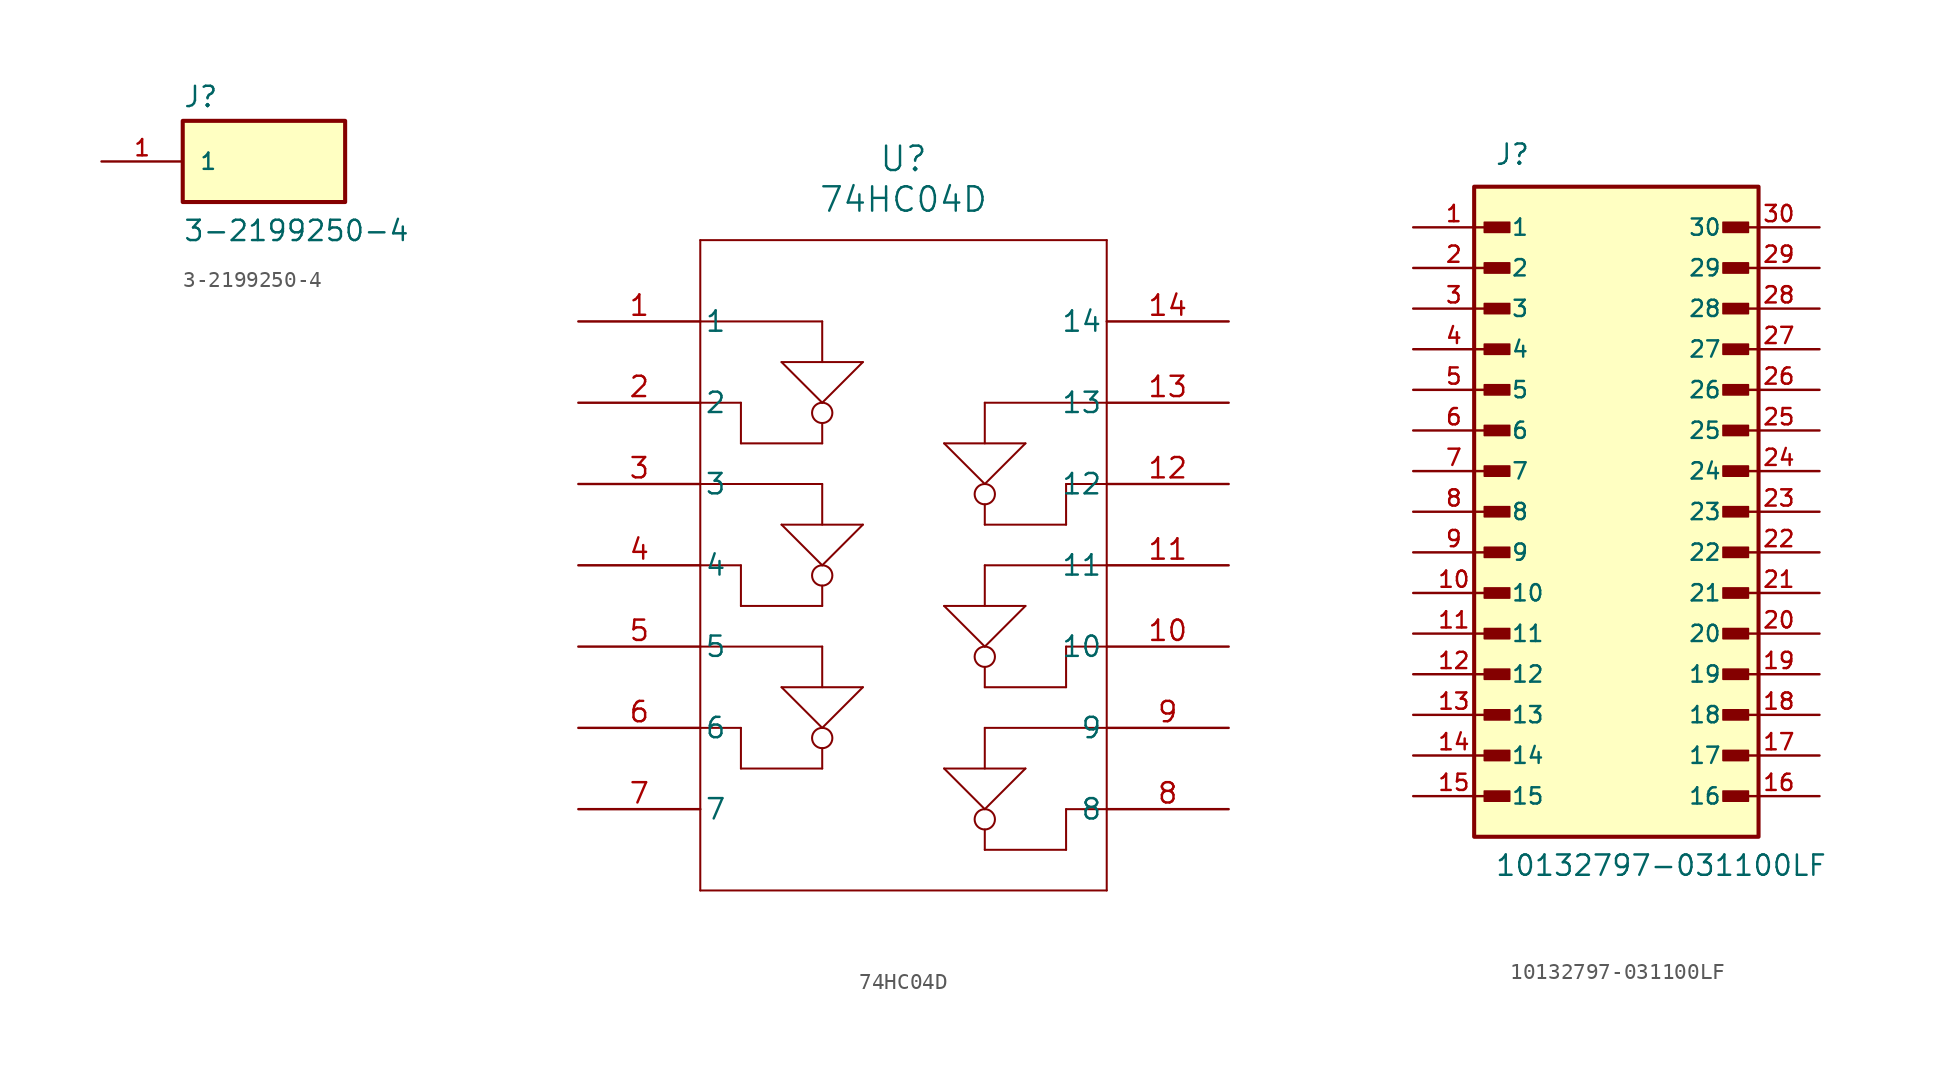
<source format=kicad_sym>
(kicad_symbol_lib
  (version 20241209)
  (generator "kicad_symbol_editor")
  (generator_version "9.0")
  (symbol "3-2199250-4"
    (pin_names
      (offset 1.016))
    (property "Reference" "J"
      (at -5.08 3.302 0)
      (effects (font (size 1.27 1.27)) (justify left bottom)))
    (property "Value" "3-2199250-4"
      (at -5.08 -5.08 0)
      (effects (font (size 1.27 1.27)) (justify left bottom)))
    (symbol "3-2199250-4_0_0"
      (rectangle (start -5.08 -2.54) (end 5.08 2.54) (stroke (width 0.254) (type default)) (fill (type background)))
      (pin passive line (at -10.16 0 0) (length 5.08) (name "1" (effects (font (size 1.016 1.016)))) (number "1" (effects (font (size 1.016 1.016)))))))
  (symbol "74HC04D"
    (pin_names
      (offset 0.254))
    (property "Reference" "U"
      (at 20.32 10.16 0)
      (effects (font (size 1.524 1.524))))
    (property "Value" "74HC04D"
      (at 20.32 7.62 0)
      (effects (font (size 1.524 1.524))))
    (property "ki_locked" ""
      (at 0 0 0)
      (effects (font (size 1.27 1.27))))
    (symbol "74HC04D_0_1"
      (polyline (pts (xy 7.62 5.08) (xy 7.62 -35.56)) (stroke (width 0.127) (type default)) (fill (type none)))
      (polyline (pts (xy 7.62 0) (xy 15.24 0)) (stroke (width 0.127) (type default)) (fill (type none)))
      (polyline (pts (xy 7.62 -5.08) (xy 10.16 -5.08)) (stroke (width 0.127) (type default)) (fill (type none)))
      (polyline (pts (xy 7.62 -10.16) (xy 15.24 -10.16)) (stroke (width 0.127) (type default)) (fill (type none)))
      (polyline (pts (xy 7.62 -15.24) (xy 10.16 -15.24)) (stroke (width 0.127) (type default)) (fill (type none)))
      (polyline (pts (xy 7.62 -20.32) (xy 15.24 -20.32)) (stroke (width 0.127) (type default)) (fill (type none)))
      (polyline (pts (xy 7.62 -25.4) (xy 10.16 -25.4)) (stroke (width 0.127) (type default)) (fill (type none)))
      (polyline (pts (xy 7.62 -35.56) (xy 33.02 -35.56)) (stroke (width 0.127) (type default)) (fill (type none)))
      (polyline (pts (xy 10.16 -7.62) (xy 10.16 -5.08)) (stroke (width 0.127) (type default)) (fill (type none)))
      (polyline (pts (xy 10.16 -7.62) (xy 15.24 -7.62)) (stroke (width 0.127) (type default)) (fill (type none)))
      (polyline (pts (xy 10.16 -17.78) (xy 10.16 -15.24)) (stroke (width 0.127) (type default)) (fill (type none)))
      (polyline (pts (xy 10.16 -17.78) (xy 15.24 -17.78)) (stroke (width 0.127) (type default)) (fill (type none)))
      (polyline (pts (xy 10.16 -27.94) (xy 10.16 -25.4)) (stroke (width 0.127) (type default)) (fill (type none)))
      (polyline (pts (xy 10.16 -27.94) (xy 15.24 -27.94)) (stroke (width 0.127) (type default)) (fill (type none)))
      (polyline (pts (xy 12.7 -2.54) (xy 15.24 -5.08)) (stroke (width 0.127) (type default)) (fill (type none)))
      (polyline (pts (xy 12.7 -2.54) (xy 17.78 -2.54)) (stroke (width 0.127) (type default)) (fill (type none)))
      (polyline (pts (xy 12.7 -12.7) (xy 15.24 -15.24)) (stroke (width 0.127) (type default)) (fill (type none)))
      (polyline (pts (xy 12.7 -12.7) (xy 17.78 -12.7)) (stroke (width 0.127) (type default)) (fill (type none)))
      (polyline (pts (xy 12.7 -22.86) (xy 15.24 -25.4)) (stroke (width 0.127) (type default)) (fill (type none)))
      (polyline (pts (xy 12.7 -22.86) (xy 17.78 -22.86)) (stroke (width 0.127) (type default)) (fill (type none)))
      (polyline (pts (xy 15.24 0) (xy 15.24 -2.54)) (stroke (width 0.127) (type default)) (fill (type none)))
      (polyline (pts (xy 15.24 -5.08) (xy 17.78 -2.54)) (stroke (width 0.127) (type default)) (fill (type none)))
      (circle (center 15.24 -5.715) (radius 0.635) (stroke (width 0.127) (type default)) (fill (type none)))
      (polyline (pts (xy 15.24 -7.62) (xy 15.24 -6.35)) (stroke (width 0.127) (type default)) (fill (type none)))
      (polyline (pts (xy 15.24 -10.16) (xy 15.24 -12.7)) (stroke (width 0.127) (type default)) (fill (type none)))
      (polyline (pts (xy 15.24 -15.24) (xy 17.78 -12.7)) (stroke (width 0.127) (type default)) (fill (type none)))
      (circle (center 15.24 -15.875) (radius 0.635) (stroke (width 0.127) (type default)) (fill (type none)))
      (polyline (pts (xy 15.24 -17.78) (xy 15.24 -16.51)) (stroke (width 0.127) (type default)) (fill (type none)))
      (polyline (pts (xy 15.24 -20.32) (xy 15.24 -22.86)) (stroke (width 0.127) (type default)) (fill (type none)))
      (polyline (pts (xy 15.24 -25.4) (xy 17.78 -22.86)) (stroke (width 0.127) (type default)) (fill (type none)))
      (circle (center 15.24 -26.035) (radius 0.635) (stroke (width 0.127) (type default)) (fill (type none)))
      (polyline (pts (xy 15.24 -27.94) (xy 15.24 -26.67)) (stroke (width 0.127) (type default)) (fill (type none)))
      (polyline (pts (xy 25.4 -5.08) (xy 25.4 -7.62)) (stroke (width 0.127) (type default)) (fill (type none)))
      (polyline (pts (xy 25.4 -10.16) (xy 22.86 -7.62)) (stroke (width 0.127) (type default)) (fill (type none)))
      (circle (center 25.4 -10.795) (radius 0.635) (stroke (width 0.127) (type default)) (fill (type none)))
      (polyline (pts (xy 25.4 -12.7) (xy 25.4 -11.43)) (stroke (width 0.127) (type default)) (fill (type none)))
      (polyline (pts (xy 25.4 -15.24) (xy 25.4 -17.78)) (stroke (width 0.127) (type default)) (fill (type none)))
      (polyline (pts (xy 25.4 -20.32) (xy 22.86 -17.78)) (stroke (width 0.127) (type default)) (fill (type none)))
      (circle (center 25.4 -20.955) (radius 0.635) (stroke (width 0.127) (type default)) (fill (type none)))
      (polyline (pts (xy 25.4 -22.86) (xy 25.4 -21.59)) (stroke (width 0.127) (type default)) (fill (type none)))
      (polyline (pts (xy 25.4 -25.4) (xy 25.4 -27.94)) (stroke (width 0.127) (type default)) (fill (type none)))
      (polyline (pts (xy 25.4 -30.48) (xy 22.86 -27.94)) (stroke (width 0.127) (type default)) (fill (type none)))
      (circle (center 25.4 -31.115) (radius 0.635) (stroke (width 0.127) (type default)) (fill (type none)))
      (polyline (pts (xy 25.4 -33.02) (xy 25.4 -31.75)) (stroke (width 0.127) (type default)) (fill (type none)))
      (polyline (pts (xy 27.94 -7.62) (xy 22.86 -7.62)) (stroke (width 0.127) (type default)) (fill (type none)))
      (polyline (pts (xy 27.94 -7.62) (xy 25.4 -10.16)) (stroke (width 0.127) (type default)) (fill (type none)))
      (polyline (pts (xy 27.94 -17.78) (xy 22.86 -17.78)) (stroke (width 0.127) (type default)) (fill (type none)))
      (polyline (pts (xy 27.94 -17.78) (xy 25.4 -20.32)) (stroke (width 0.127) (type default)) (fill (type none)))
      (polyline (pts (xy 27.94 -27.94) (xy 22.86 -27.94)) (stroke (width 0.127) (type default)) (fill (type none)))
      (polyline (pts (xy 27.94 -27.94) (xy 25.4 -30.48)) (stroke (width 0.127) (type default)) (fill (type none)))
      (polyline (pts (xy 30.48 -12.7) (xy 25.4 -12.7)) (stroke (width 0.127) (type default)) (fill (type none)))
      (polyline (pts (xy 30.48 -12.7) (xy 30.48 -10.16)) (stroke (width 0.127) (type default)) (fill (type none)))
      (polyline (pts (xy 30.48 -22.86) (xy 25.4 -22.86)) (stroke (width 0.127) (type default)) (fill (type none)))
      (polyline (pts (xy 30.48 -22.86) (xy 30.48 -20.32)) (stroke (width 0.127) (type default)) (fill (type none)))
      (polyline (pts (xy 30.48 -33.02) (xy 25.4 -33.02)) (stroke (width 0.127) (type default)) (fill (type none)))
      (polyline (pts (xy 30.48 -33.02) (xy 30.48 -30.48)) (stroke (width 0.127) (type default)) (fill (type none)))
      (polyline (pts (xy 33.02 5.08) (xy 7.62 5.08)) (stroke (width 0.127) (type default)) (fill (type none)))
      (polyline (pts (xy 33.02 -5.08) (xy 25.4 -5.08)) (stroke (width 0.127) (type default)) (fill (type none)))
      (polyline (pts (xy 33.02 -10.16) (xy 30.48 -10.16)) (stroke (width 0.127) (type default)) (fill (type none)))
      (polyline (pts (xy 33.02 -15.24) (xy 25.4 -15.24)) (stroke (width 0.127) (type default)) (fill (type none)))
      (polyline (pts (xy 33.02 -20.32) (xy 30.48 -20.32)) (stroke (width 0.127) (type default)) (fill (type none)))
      (polyline (pts (xy 33.02 -25.4) (xy 25.4 -25.4)) (stroke (width 0.127) (type default)) (fill (type none)))
      (polyline (pts (xy 33.02 -30.48) (xy 30.48 -30.48)) (stroke (width 0.127) (type default)) (fill (type none)))
      (polyline (pts (xy 33.02 -35.56) (xy 33.02 5.08)) (stroke (width 0.127) (type default)) (fill (type none)))
      (pin input line (at 0 0 0) (length 7.62) (name "1" (effects (font (size 1.27 1.27)))) (number "1" (effects (font (size 1.27 1.27)))))
      (pin output line (at 0 -5.08 0) (length 7.62) (name "2" (effects (font (size 1.27 1.27)))) (number "2" (effects (font (size 1.27 1.27)))))
      (pin input line (at 0 -10.16 0) (length 7.62) (name "3" (effects (font (size 1.27 1.27)))) (number "3" (effects (font (size 1.27 1.27)))))
      (pin output line (at 0 -15.24 0) (length 7.62) (name "4" (effects (font (size 1.27 1.27)))) (number "4" (effects (font (size 1.27 1.27)))))
      (pin input line (at 0 -20.32 0) (length 7.62) (name "5" (effects (font (size 1.27 1.27)))) (number "5" (effects (font (size 1.27 1.27)))))
      (pin output line (at 0 -25.4 0) (length 7.62) (name "6" (effects (font (size 1.27 1.27)))) (number "6" (effects (font (size 1.27 1.27)))))
      (pin power_out line (at 0 -30.48 0) (length 7.62) (name "7" (effects (font (size 1.27 1.27)))) (number "7" (effects (font (size 1.27 1.27)))))
      (pin power_in line (at 40.64 0 180) (length 7.62) (name "14" (effects (font (size 1.27 1.27)))) (number "14" (effects (font (size 1.27 1.27)))))
      (pin input line (at 40.64 -5.08 180) (length 7.62) (name "13" (effects (font (size 1.27 1.27)))) (number "13" (effects (font (size 1.27 1.27)))))
      (pin output line (at 40.64 -10.16 180) (length 7.62) (name "12" (effects (font (size 1.27 1.27)))) (number "12" (effects (font (size 1.27 1.27)))))
      (pin input line (at 40.64 -15.24 180) (length 7.62) (name "11" (effects (font (size 1.27 1.27)))) (number "11" (effects (font (size 1.27 1.27)))))
      (pin output line (at 40.64 -20.32 180) (length 7.62) (name "10" (effects (font (size 1.27 1.27)))) (number "10" (effects (font (size 1.27 1.27)))))
      (pin input line (at 40.64 -25.4 180) (length 7.62) (name "9" (effects (font (size 1.27 1.27)))) (number "9" (effects (font (size 1.27 1.27)))))
      (pin output line (at 40.64 -30.48 180) (length 7.62) (name "8" (effects (font (size 1.27 1.27)))) (number "8" (effects (font (size 1.27 1.27)))))))
  (symbol "10132797-031100LF"
    (pin_names
      (offset 1.016))
    (property "Reference" "J"
      (at -7.62 21.59 0)
      (effects (font (size 1.27 1.27)) (justify left bottom)))
    (property "Value" "10132797-031100LF"
      (at -7.62 -22.86 0)
      (effects (font (size 1.27 1.27)) (justify left bottom)))
    (symbol "10132797-031100LF_0_0"
      (rectangle (start -8.89 -20.32) (end 8.89 20.32) (stroke (width 0.254) (type default)) (fill (type background)))
      (rectangle (start -8.255 17.462) (end -6.668 18.098) (stroke (width 0.1) (type default)) (fill (type outline)))
      (rectangle (start -8.255 14.922) (end -6.668 15.557) (stroke (width 0.1) (type default)) (fill (type outline)))
      (rectangle (start -8.255 12.383) (end -6.668 13.018) (stroke (width 0.1) (type default)) (fill (type outline)))
      (rectangle (start -8.255 9.842) (end -6.668 10.477) (stroke (width 0.1) (type default)) (fill (type outline)))
      (rectangle (start -8.255 7.303) (end -6.668 7.938) (stroke (width 0.1) (type default)) (fill (type outline)))
      (rectangle (start -8.255 4.763) (end -6.668 5.397) (stroke (width 0.1) (type default)) (fill (type outline)))
      (rectangle (start -8.255 2.223) (end -6.668 2.857) (stroke (width 0.1) (type default)) (fill (type outline)))
      (rectangle (start -8.255 -0.318) (end -6.668 0.318) (stroke (width 0.1) (type default)) (fill (type outline)))
      (rectangle (start -8.255 -2.857) (end -6.668 -2.223) (stroke (width 0.1) (type default)) (fill (type outline)))
      (rectangle (start -8.255 -5.397) (end -6.668 -4.763) (stroke (width 0.1) (type default)) (fill (type outline)))
      (rectangle (start -8.255 -7.938) (end -6.668 -7.303) (stroke (width 0.1) (type default)) (fill (type outline)))
      (rectangle (start -8.255 -10.477) (end -6.668 -9.842) (stroke (width 0.1) (type default)) (fill (type outline)))
      (rectangle (start -8.255 -13.018) (end -6.668 -12.383) (stroke (width 0.1) (type default)) (fill (type outline)))
      (rectangle (start -8.255 -15.557) (end -6.668 -14.922) (stroke (width 0.1) (type default)) (fill (type outline)))
      (rectangle (start -8.255 -18.098) (end -6.668 -17.462) (stroke (width 0.1) (type default)) (fill (type outline)))
      (rectangle (start 6.668 17.462) (end 8.255 18.098) (stroke (width 0.1) (type default)) (fill (type outline)))
      (rectangle (start 6.668 14.922) (end 8.255 15.557) (stroke (width 0.1) (type default)) (fill (type outline)))
      (rectangle (start 6.668 12.383) (end 8.255 13.018) (stroke (width 0.1) (type default)) (fill (type outline)))
      (rectangle (start 6.668 9.842) (end 8.255 10.477) (stroke (width 0.1) (type default)) (fill (type outline)))
      (rectangle (start 6.668 7.303) (end 8.255 7.938) (stroke (width 0.1) (type default)) (fill (type outline)))
      (rectangle (start 6.668 4.763) (end 8.255 5.397) (stroke (width 0.1) (type default)) (fill (type outline)))
      (rectangle (start 6.668 2.223) (end 8.255 2.857) (stroke (width 0.1) (type default)) (fill (type outline)))
      (rectangle (start 6.668 -0.318) (end 8.255 0.318) (stroke (width 0.1) (type default)) (fill (type outline)))
      (rectangle (start 6.668 -2.857) (end 8.255 -2.223) (stroke (width 0.1) (type default)) (fill (type outline)))
      (rectangle (start 6.668 -5.397) (end 8.255 -4.763) (stroke (width 0.1) (type default)) (fill (type outline)))
      (rectangle (start 6.668 -7.938) (end 8.255 -7.303) (stroke (width 0.1) (type default)) (fill (type outline)))
      (rectangle (start 6.668 -10.477) (end 8.255 -9.842) (stroke (width 0.1) (type default)) (fill (type outline)))
      (rectangle (start 6.668 -13.018) (end 8.255 -12.383) (stroke (width 0.1) (type default)) (fill (type outline)))
      (rectangle (start 6.668 -15.557) (end 8.255 -14.922) (stroke (width 0.1) (type default)) (fill (type outline)))
      (rectangle (start 6.668 -18.098) (end 8.255 -17.462) (stroke (width 0.1) (type default)) (fill (type outline)))
      (pin passive line (at -12.7 17.78 0) (length 5.08) (name "1" (effects (font (size 1.016 1.016)))) (number "1" (effects (font (size 1.016 1.016)))))
      (pin passive line (at -12.7 15.24 0) (length 5.08) (name "2" (effects (font (size 1.016 1.016)))) (number "2" (effects (font (size 1.016 1.016)))))
      (pin passive line (at -12.7 12.7 0) (length 5.08) (name "3" (effects (font (size 1.016 1.016)))) (number "3" (effects (font (size 1.016 1.016)))))
      (pin passive line (at -12.7 10.16 0) (length 5.08) (name "4" (effects (font (size 1.016 1.016)))) (number "4" (effects (font (size 1.016 1.016)))))
      (pin passive line (at -12.7 7.62 0) (length 5.08) (name "5" (effects (font (size 1.016 1.016)))) (number "5" (effects (font (size 1.016 1.016)))))
      (pin passive line (at -12.7 5.08 0) (length 5.08) (name "6" (effects (font (size 1.016 1.016)))) (number "6" (effects (font (size 1.016 1.016)))))
      (pin passive line (at -12.7 2.54 0) (length 5.08) (name "7" (effects (font (size 1.016 1.016)))) (number "7" (effects (font (size 1.016 1.016)))))
      (pin passive line (at -12.7 0 0) (length 5.08) (name "8" (effects (font (size 1.016 1.016)))) (number "8" (effects (font (size 1.016 1.016)))))
      (pin passive line (at -12.7 -2.54 0) (length 5.08) (name "9" (effects (font (size 1.016 1.016)))) (number "9" (effects (font (size 1.016 1.016)))))
      (pin passive line (at -12.7 -5.08 0) (length 5.08) (name "10" (effects (font (size 1.016 1.016)))) (number "10" (effects (font (size 1.016 1.016)))))
      (pin passive line (at -12.7 -7.62 0) (length 5.08) (name "11" (effects (font (size 1.016 1.016)))) (number "11" (effects (font (size 1.016 1.016)))))
      (pin passive line (at -12.7 -10.16 0) (length 5.08) (name "12" (effects (font (size 1.016 1.016)))) (number "12" (effects (font (size 1.016 1.016)))))
      (pin passive line (at -12.7 -12.7 0) (length 5.08) (name "13" (effects (font (size 1.016 1.016)))) (number "13" (effects (font (size 1.016 1.016)))))
      (pin passive line (at -12.7 -15.24 0) (length 5.08) (name "14" (effects (font (size 1.016 1.016)))) (number "14" (effects (font (size 1.016 1.016)))))
      (pin passive line (at -12.7 -17.78 0) (length 5.08) (name "15" (effects (font (size 1.016 1.016)))) (number "15" (effects (font (size 1.016 1.016)))))
      (pin passive line (at 12.7 17.78 180) (length 5.08) (name "30" (effects (font (size 1.016 1.016)))) (number "30" (effects (font (size 1.016 1.016)))))
      (pin passive line (at 12.7 15.24 180) (length 5.08) (name "29" (effects (font (size 1.016 1.016)))) (number "29" (effects (font (size 1.016 1.016)))))
      (pin passive line (at 12.7 12.7 180) (length 5.08) (name "28" (effects (font (size 1.016 1.016)))) (number "28" (effects (font (size 1.016 1.016)))))
      (pin passive line (at 12.7 10.16 180) (length 5.08) (name "27" (effects (font (size 1.016 1.016)))) (number "27" (effects (font (size 1.016 1.016)))))
      (pin passive line (at 12.7 7.62 180) (length 5.08) (name "26" (effects (font (size 1.016 1.016)))) (number "26" (effects (font (size 1.016 1.016)))))
      (pin passive line (at 12.7 5.08 180) (length 5.08) (name "25" (effects (font (size 1.016 1.016)))) (number "25" (effects (font (size 1.016 1.016)))))
      (pin passive line (at 12.7 2.54 180) (length 5.08) (name "24" (effects (font (size 1.016 1.016)))) (number "24" (effects (font (size 1.016 1.016)))))
      (pin passive line (at 12.7 0 180) (length 5.08) (name "23" (effects (font (size 1.016 1.016)))) (number "23" (effects (font (size 1.016 1.016)))))
      (pin passive line (at 12.7 -2.54 180) (length 5.08) (name "22" (effects (font (size 1.016 1.016)))) (number "22" (effects (font (size 1.016 1.016)))))
      (pin passive line (at 12.7 -5.08 180) (length 5.08) (name "21" (effects (font (size 1.016 1.016)))) (number "21" (effects (font (size 1.016 1.016)))))
      (pin passive line (at 12.7 -7.62 180) (length 5.08) (name "20" (effects (font (size 1.016 1.016)))) (number "20" (effects (font (size 1.016 1.016)))))
      (pin passive line (at 12.7 -10.16 180) (length 5.08) (name "19" (effects (font (size 1.016 1.016)))) (number "19" (effects (font (size 1.016 1.016)))))
      (pin passive line (at 12.7 -12.7 180) (length 5.08) (name "18" (effects (font (size 1.016 1.016)))) (number "18" (effects (font (size 1.016 1.016)))))
      (pin passive line (at 12.7 -15.24 180) (length 5.08) (name "17" (effects (font (size 1.016 1.016)))) (number "17" (effects (font (size 1.016 1.016)))))
      (pin passive line (at 12.7 -17.78 180) (length 5.08) (name "16" (effects (font (size 1.016 1.016)))) (number "16" (effects (font (size 1.016 1.016))))))))
</source>
